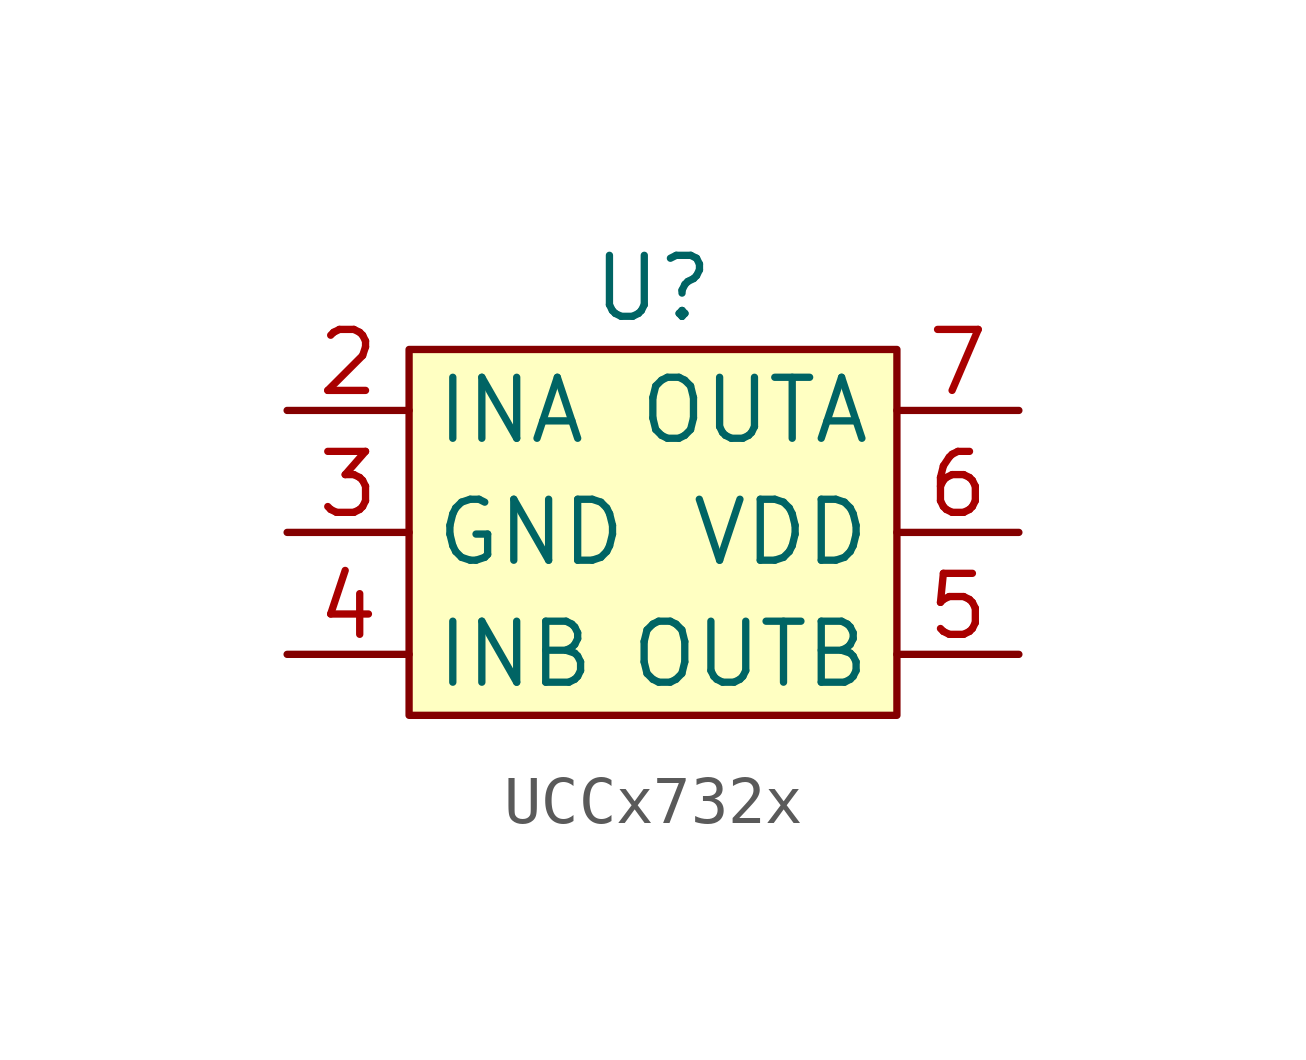
<source format=kicad_sym>
(kicad_symbol_lib
  (version 20220914)
  (generator kicad_symbol_editor)
  (symbol "UCCx732x"
    (property "Reference" "U"
      (at 0 5.08 0)
      (effects (font (size 1.27 1.27))))
    (property "Value" ""
      (at -2.54 1.27 0)
      (effects (font (size 1.27 1.27))))
    (symbol "UCCx732x_1_1"
      (rectangle (start -5.08 3.81) (end 5.08 -3.81) (stroke (width 0) (type default)) (fill (type background)))
      (pin input line (at -7.62 2.54 0) (length 2.54) (name "INA" (effects (font (size 1.27 1.27)))) (number "2" (effects (font (size 1.27 1.27)))))
      (pin power_in line (at -7.62 0 0) (length 2.54) (name "GND" (effects (font (size 1.27 1.27)))) (number "3" (effects (font (size 1.27 1.27)))))
      (pin input line (at -7.62 -2.54 0) (length 2.54) (name "INB" (effects (font (size 1.27 1.27)))) (number "4" (effects (font (size 1.27 1.27)))))
      (pin input line (at 7.62 -2.54 180) (length 2.54) (name "OUTB" (effects (font (size 1.27 1.27)))) (number "5" (effects (font (size 1.27 1.27)))))
      (pin power_in line (at 7.62 0 180) (length 2.54) (name "VDD" (effects (font (size 1.27 1.27)))) (number "6" (effects (font (size 1.27 1.27)))))
      (pin input line (at 7.62 2.54 180) (length 2.54) (name "OUTA" (effects (font (size 1.27 1.27)))) (number "7" (effects (font (size 1.27 1.27))))))))
</source>
